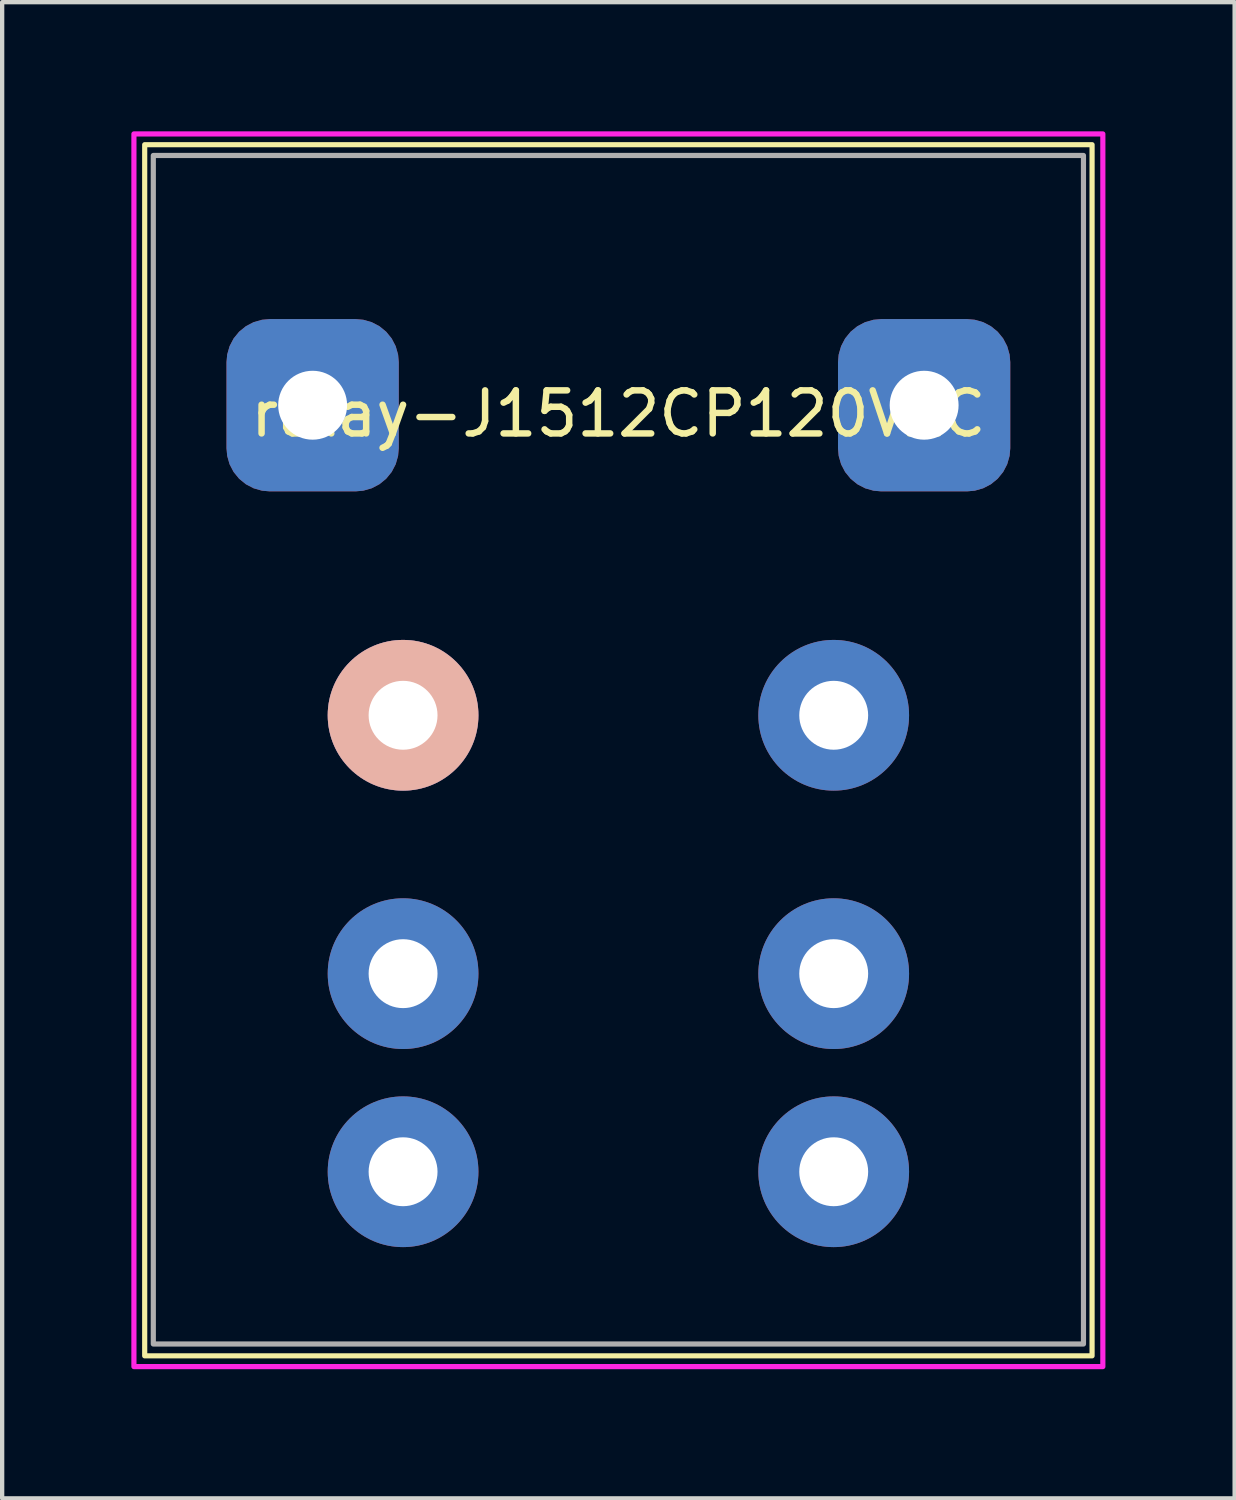
<source format=kicad_pcb>
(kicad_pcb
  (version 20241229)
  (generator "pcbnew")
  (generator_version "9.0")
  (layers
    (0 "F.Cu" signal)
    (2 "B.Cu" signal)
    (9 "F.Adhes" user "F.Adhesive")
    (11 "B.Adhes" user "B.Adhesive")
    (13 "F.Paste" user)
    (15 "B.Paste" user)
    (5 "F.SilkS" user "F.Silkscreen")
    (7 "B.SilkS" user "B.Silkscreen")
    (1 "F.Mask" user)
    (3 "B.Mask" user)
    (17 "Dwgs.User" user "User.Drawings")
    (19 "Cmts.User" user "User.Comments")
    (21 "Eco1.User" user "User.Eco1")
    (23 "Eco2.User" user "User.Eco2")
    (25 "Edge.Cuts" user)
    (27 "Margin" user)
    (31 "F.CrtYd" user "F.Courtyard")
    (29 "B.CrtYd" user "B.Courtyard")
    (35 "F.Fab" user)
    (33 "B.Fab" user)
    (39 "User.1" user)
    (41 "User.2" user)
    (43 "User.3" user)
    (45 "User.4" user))
  (footprint "relay-J1512CP120VAC"
    (layer "F.Cu")
    (at 11.31 16.56)
    (property "Reference" "relay-J1512CP120VAC" (at 0 -10 0) (unlocked yes) (layer "F.SilkS") (effects (font (size 1 1) (thickness 0.15))))
    (attr through_hole)
    (fp_rect (start -11 -16.25) (end 11 11.875) (stroke (width 0.12) (type solid)) (fill no) (layer "F.SilkS"))
    (fp_rect (start -11.25 -16.5) (end 11.25 12.125) (stroke (width 0.12) (type solid)) (fill no) (layer "F.CrtYd"))
    (fp_rect (start -10.8 -16) (end 10.8 11.6) (stroke (width 0.12) (type solid)) (fill no) (layer "F.Fab"))
    (pad "1" thru_hole circle (at -5 7.6) (size 3.5 3.5) (drill 1.6) (layers "*.Cu" "*.Mask"))
    (pad "4" thru_hole circle (at 5 7.6) (size 3.5 3.5) (drill 1.6) (layers "*.Cu" "*.Mask"))
    (pad "5" thru_hole circle (at -5 3) (size 3.5 3.5) (drill 1.6) (layers "*.Cu" "*.Mask"))
    (pad "8" thru_hole circle (at 5 -3) (size 3.5 3.5) (drill 1.6) (layers "*.Cu" "*.Mask"))
    (pad "9" thru_hole circle (at -5 -3) (size 3.5 3.5) (drill 1.6) (layers "*.Cu" "*.Mask" "B.SilkS"))
    (pad "12" thru_hole circle (at 5 3) (size 3.5 3.5) (drill 1.6) (layers "*.Cu" "*.Mask"))
    (pad "13" thru_hole roundrect (at -7.1 -10.2) (size 4 4) (drill 1.6) (layers "*.Cu" "*.Mask") (roundrect_rratio 0.25))
    (pad "14" thru_hole roundrect (at 7.1 -10.2) (size 4 4) (drill 1.6) (layers "*.Cu" "F.Mask") (roundrect_rratio 0.25)))
  (gr_rect
    (start -3 -3)
    (end 25.62 31.745)
    (stroke (width 0.1) (type default))
    (fill no)
    (layer "Edge.Cuts")))
</source>
